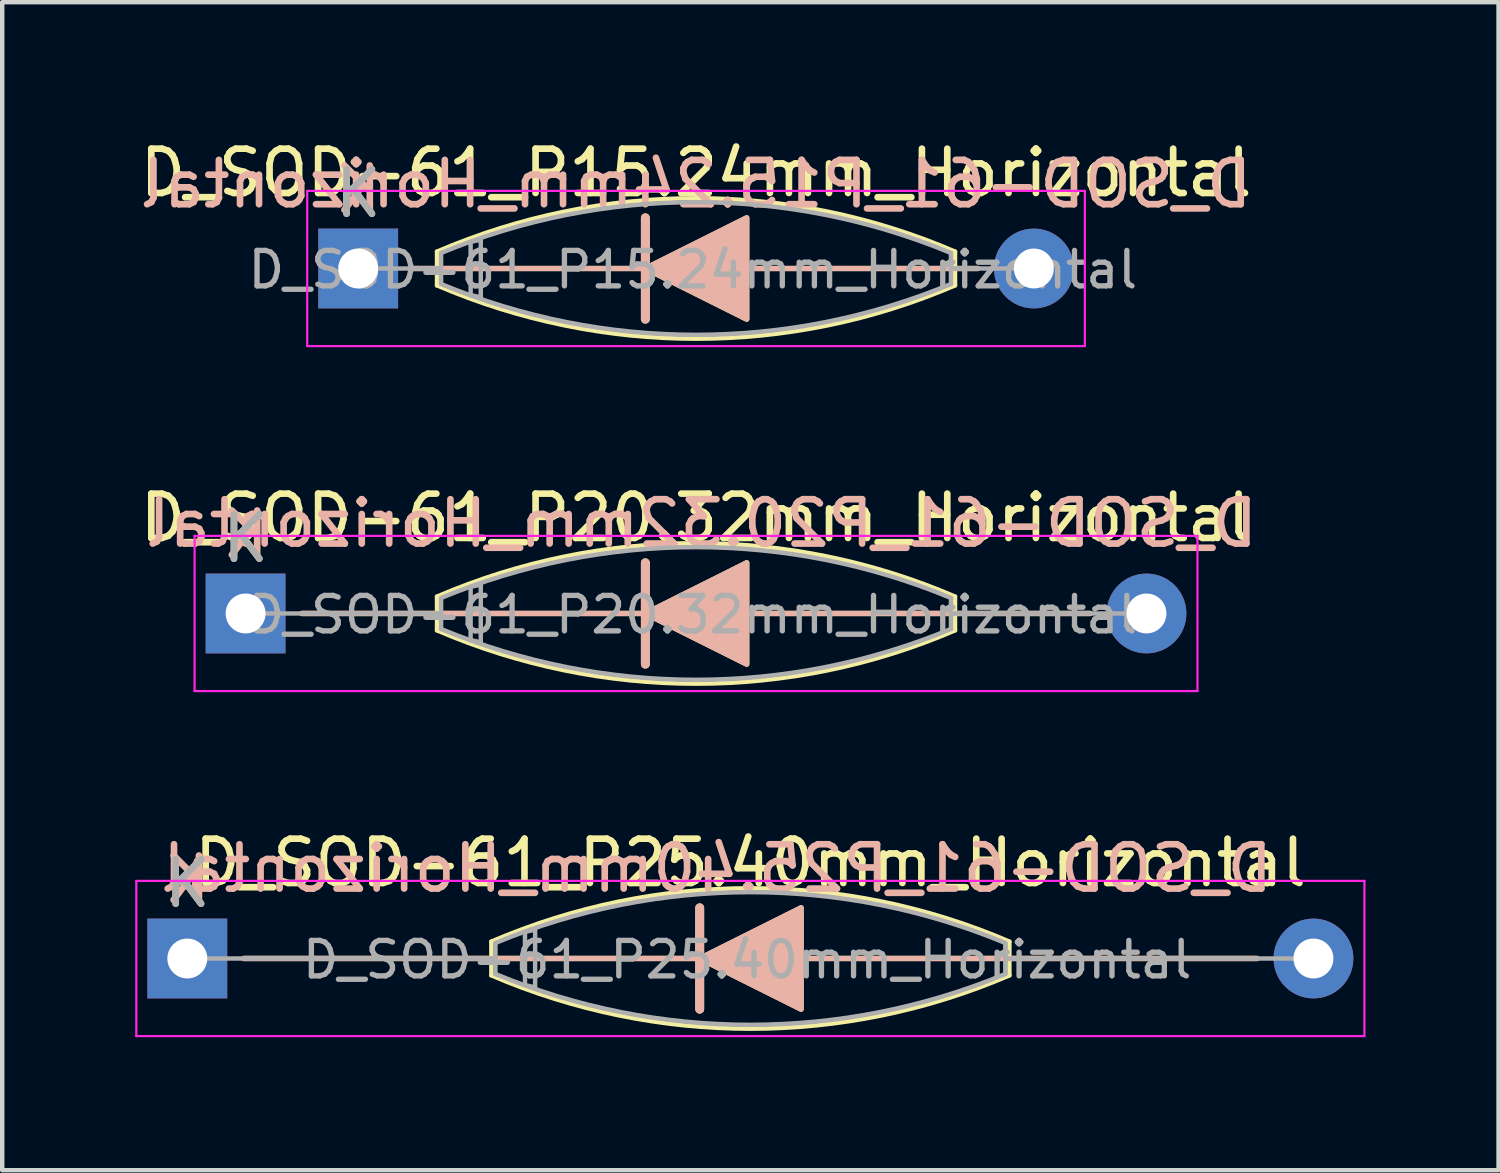
<source format=kicad_pcb>
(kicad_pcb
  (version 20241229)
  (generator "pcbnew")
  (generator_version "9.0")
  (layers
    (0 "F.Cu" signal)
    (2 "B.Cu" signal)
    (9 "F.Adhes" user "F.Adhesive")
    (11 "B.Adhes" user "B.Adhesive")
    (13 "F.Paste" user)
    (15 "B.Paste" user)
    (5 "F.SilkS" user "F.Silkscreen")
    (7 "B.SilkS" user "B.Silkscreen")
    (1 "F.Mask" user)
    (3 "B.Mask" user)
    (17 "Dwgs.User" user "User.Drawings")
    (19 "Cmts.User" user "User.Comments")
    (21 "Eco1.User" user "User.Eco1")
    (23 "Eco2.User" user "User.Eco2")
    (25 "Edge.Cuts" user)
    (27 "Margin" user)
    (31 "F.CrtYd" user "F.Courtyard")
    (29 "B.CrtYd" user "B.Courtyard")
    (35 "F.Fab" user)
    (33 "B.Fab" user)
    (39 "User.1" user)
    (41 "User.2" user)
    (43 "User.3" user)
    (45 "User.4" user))
  (footprint "D_SOD-61_P20.32mm_Horizontal"
    (layer "F.Cu")
    (at 2.489 10.787)
    (property "Reference" "D_SOD-61_P20.32mm_Horizontal" (at 10.16 -2.158 0) (layer "F.SilkS") (effects (font (size 1 1) (thickness 0.15))))
    (attr through_hole)
    (fp_line (start 1.27 0) (end 19.05 0) (stroke (width 0.12) (type solid)) (layer "F.SilkS"))
    (fp_line (start 4.318 0.381) (end 4.318 -0.381) (stroke (width 0.1) (type default)) (layer "F.SilkS"))
    (fp_line (start 9.017 -1.143) (end 9.017 1.143) (stroke (width 0.2) (type default)) (layer "F.SilkS"))
    (fp_line (start 16.002 -0.381) (end 16.002 0.381) (stroke (width 0.1) (type default)) (layer "F.SilkS"))
    (fp_arc (start 4.318 -0.380999) (mid 10.16 -1.583547) (end 16.002 -0.380999) (stroke (width 0.1) (type default)) (layer "F.SilkS"))
    (fp_arc (start 16.002 0.381) (mid 10.16 1.583548) (end 4.318 0.381) (stroke (width 0.1) (type default)) (layer "F.SilkS"))
    (fp_poly (pts (xy 9.017 0) (xy 11.303 -1.143) (xy 11.303 1.143)) (stroke (width 0.12) (type solid)) (fill yes) (layer "F.SilkS"))
    (fp_line (start 1.27 0) (end 19.05 0) (stroke (width 0.12) (type solid)) (layer "B.SilkS"))
    (fp_line (start 9.017 1.143) (end 9.017 -1.143) (stroke (width 0.2) (type default)) (layer "B.SilkS"))
    (fp_poly (pts (xy 9.017 0) (xy 11.303 1.143) (xy 11.303 -1.143)) (stroke (width 0.12) (type solid)) (fill yes) (layer "B.SilkS"))
    (fp_line (start -1.15 -1.75) (end -1.15 1.75) (stroke (width 0.05) (type solid)) (layer "F.CrtYd"))
    (fp_line (start -1.15 1.75) (end 21.47 1.75) (stroke (width 0.05) (type solid)) (layer "F.CrtYd"))
    (fp_line (start 21.47 -1.75) (end -1.15 -1.75) (stroke (width 0.05) (type solid)) (layer "F.CrtYd"))
    (fp_line (start 21.47 1.75) (end 21.47 -1.75) (stroke (width 0.05) (type solid)) (layer "F.CrtYd"))
    (fp_line (start 0 0) (end 4.41 0) (stroke (width 0.1) (type default)) (layer "F.Fab"))
    (fp_line (start 4.41 -0.35) (end 4.41 0.35) (stroke (width 0.1) (type default)) (layer "F.Fab"))
    (fp_line (start 15.91 -0.35) (end 15.91 0.35) (stroke (width 0.1) (type default)) (layer "F.Fab"))
    (fp_line (start 20.32 0) (end 15.91 0) (stroke (width 0.1) (type default)) (layer "F.Fab"))
    (fp_arc (start 4.410003 -0.350001) (mid 10.160002 -1.496166) (end 15.91 -0.35) (stroke (width 0.1) (type default)) (layer "F.Fab"))
    (fp_arc (start 15.909997 0.350001) (mid 10.159998 1.496166) (end 4.41 0.35) (stroke (width 0.1) (type default)) (layer "F.Fab"))
    (fp_poly (pts (xy 5.076 -0.6) (xy 5.076 0.6) (xy 5.305 0.65) (xy 5.305 -0.65)) (stroke (width 0.1) (type solid)) (fill no) (layer "F.Fab"))
    (fp_text user "K" (at 0 -1.692 0) (layer "F.SilkS") (effects (font (size 1 1) (thickness 0.15))))
    (fp_text user "${REFERENCE}" (at 10.287 -2.032 0) (layer "B.SilkS") (effects (font (size 1 1) (thickness 0.15)) (justify mirror)))
    (fp_text user "K" (at 0 -1.778 0) (layer "B.SilkS") (effects (font (size 1 1) (thickness 0.15)) (justify mirror)))
    (fp_text user "K" (at 0 -1.692 0) (layer "F.Fab") (effects (font (size 1 1) (thickness 0.15))))
    (fp_text user "${REFERENCE}" (at 10.087 0.028 0) (layer "F.Fab") (effects (font (size 0.8 0.8) (thickness 0.12))))
    (pad "1" thru_hole rect (at 0 0) (size 1.8 1.8) (drill 0.9) (layers "*.Cu" "*.Mask"))
    (pad "2" thru_hole oval (at 20.32 0) (size 1.8 1.8) (drill 0.9) (layers "*.Cu" "*.Mask")))
  (footprint "D_SOD-61_P15.24mm_Horizontal"
    (layer "F.Cu")
    (at 5.029 3.006)
    (property "Reference" "D_SOD-61_P15.24mm_Horizontal" (at 7.62 -2.158 0) (layer "F.SilkS") (effects (font (size 1 1) (thickness 0.15))))
    (attr through_hole)
    (fp_line (start 1.27 0) (end 13.97 0) (stroke (width 0.12) (type solid)) (layer "F.SilkS"))
    (fp_line (start 1.778 0.381) (end 1.778 -0.381) (stroke (width 0.1) (type default)) (layer "F.SilkS"))
    (fp_line (start 6.477 -1.143) (end 6.477 1.143) (stroke (width 0.2) (type default)) (layer "F.SilkS"))
    (fp_line (start 13.462 -0.381) (end 13.462 0.381) (stroke (width 0.1) (type default)) (layer "F.SilkS"))
    (fp_arc (start 1.778 -0.380999) (mid 7.62 -1.583547) (end 13.462 -0.380999) (stroke (width 0.1) (type default)) (layer "F.SilkS"))
    (fp_arc (start 13.462 0.381) (mid 7.62 1.583548) (end 1.778 0.381) (stroke (width 0.1) (type default)) (layer "F.SilkS"))
    (fp_poly (pts (xy 6.477 0) (xy 8.763 -1.143) (xy 8.763 1.143)) (stroke (width 0.12) (type solid)) (fill yes) (layer "F.SilkS"))
    (fp_line (start 1.27 0) (end 13.97 0) (stroke (width 0.12) (type solid)) (layer "B.SilkS"))
    (fp_line (start 6.477 1.143) (end 6.477 -1.143) (stroke (width 0.2) (type default)) (layer "B.SilkS"))
    (fp_poly (pts (xy 6.477 0) (xy 8.763 1.143) (xy 8.763 -1.143)) (stroke (width 0.12) (type solid)) (fill yes) (layer "B.SilkS"))
    (fp_line (start -1.15 -1.75) (end -1.15 1.75) (stroke (width 0.05) (type solid)) (layer "F.CrtYd"))
    (fp_line (start -1.15 1.75) (end 16.39 1.75) (stroke (width 0.05) (type solid)) (layer "F.CrtYd"))
    (fp_line (start 16.39 -1.75) (end -1.15 -1.75) (stroke (width 0.05) (type solid)) (layer "F.CrtYd"))
    (fp_line (start 16.39 1.75) (end 16.39 -1.75) (stroke (width 0.05) (type solid)) (layer "F.CrtYd"))
    (fp_line (start 0 0) (end 1.87 0) (stroke (width 0.1) (type default)) (layer "F.Fab"))
    (fp_line (start 1.87 -0.35) (end 1.87 0.35) (stroke (width 0.1) (type default)) (layer "F.Fab"))
    (fp_line (start 13.37 -0.35) (end 13.37 0.35) (stroke (width 0.1) (type default)) (layer "F.Fab"))
    (fp_line (start 15.24 0) (end 13.37 0) (stroke (width 0.1) (type default)) (layer "F.Fab"))
    (fp_arc (start 1.870003 -0.350001) (mid 7.620002 -1.496166) (end 13.37 -0.35) (stroke (width 0.1) (type default)) (layer "F.Fab"))
    (fp_arc (start 13.369997 0.350001) (mid 7.619998 1.496166) (end 1.87 0.35) (stroke (width 0.1) (type default)) (layer "F.Fab"))
    (fp_poly (pts (xy 2.536 -0.6) (xy 2.536 0.6) (xy 2.765 0.65) (xy 2.765 -0.65)) (stroke (width 0.1) (type solid)) (fill no) (layer "F.Fab"))
    (fp_text user "K" (at 0 -1.692 0) (layer "F.SilkS") (effects (font (size 1 1) (thickness 0.15))))
    (fp_text user "${REFERENCE}" (at 7.62 -1.905 0) (layer "B.SilkS") (effects (font (size 1 1) (thickness 0.15)) (justify mirror)))
    (fp_text user "K" (at 0 -1.778 0) (layer "B.SilkS") (effects (font (size 1 1) (thickness 0.15)) (justify mirror)))
    (fp_text user "K" (at 0 -1.692 0) (layer "F.Fab") (effects (font (size 1 1) (thickness 0.15))))
    (fp_text user "${REFERENCE}" (at 7.547 0.028 0) (layer "F.Fab") (effects (font (size 0.8 0.8) (thickness 0.12))))
    (pad "1" thru_hole rect (at 0 0) (size 1.8 1.8) (drill 0.9) (layers "*.Cu" "*.Mask"))
    (pad "2" thru_hole oval (at 15.24 0) (size 1.8 1.8) (drill 0.9) (layers "*.Cu" "*.Mask")))
  (footprint "D_SOD-61_P25.40mm_Horizontal"
    (layer "F.Cu")
    (at 1.175 18.569)
    (property "Reference" "D_SOD-61_P25.40mm_Horizontal" (at 12.7 -2.158 0) (layer "F.SilkS") (effects (font (size 1 1) (thickness 0.15))))
    (attr through_hole)
    (fp_line (start 1.27 0) (end 24.13 0) (stroke (width 0.12) (type solid)) (layer "F.SilkS"))
    (fp_line (start 6.858 0.381) (end 6.858 -0.381) (stroke (width 0.1) (type default)) (layer "F.SilkS"))
    (fp_line (start 11.557 -1.143) (end 11.557 1.143) (stroke (width 0.2) (type default)) (layer "F.SilkS"))
    (fp_line (start 18.542 -0.381) (end 18.542 0.381) (stroke (width 0.1) (type default)) (layer "F.SilkS"))
    (fp_arc (start 6.858 -0.380999) (mid 12.7 -1.583547) (end 18.542 -0.380999) (stroke (width 0.1) (type default)) (layer "F.SilkS"))
    (fp_arc (start 18.542 0.381) (mid 12.7 1.583548) (end 6.858 0.381) (stroke (width 0.1) (type default)) (layer "F.SilkS"))
    (fp_poly (pts (xy 11.557 0) (xy 13.843 -1.143) (xy 13.843 1.143)) (stroke (width 0.12) (type solid)) (fill yes) (layer "F.SilkS"))
    (fp_line (start 1.27 0) (end 24.13 0) (stroke (width 0.12) (type solid)) (layer "B.SilkS"))
    (fp_line (start 11.557 1.143) (end 11.557 -1.143) (stroke (width 0.2) (type default)) (layer "B.SilkS"))
    (fp_poly (pts (xy 11.557 0) (xy 13.843 1.143) (xy 13.843 -1.143)) (stroke (width 0.12) (type solid)) (fill yes) (layer "B.SilkS"))
    (fp_line (start -1.15 -1.75) (end -1.15 1.75) (stroke (width 0.05) (type solid)) (layer "F.CrtYd"))
    (fp_line (start -1.15 1.75) (end 26.55 1.75) (stroke (width 0.05) (type solid)) (layer "F.CrtYd"))
    (fp_line (start 26.55 -1.75) (end -1.15 -1.75) (stroke (width 0.05) (type solid)) (layer "F.CrtYd"))
    (fp_line (start 26.55 1.75) (end 26.55 -1.75) (stroke (width 0.05) (type solid)) (layer "F.CrtYd"))
    (fp_line (start 0 0) (end 6.95 0) (stroke (width 0.1) (type default)) (layer "F.Fab"))
    (fp_line (start 6.95 -0.35) (end 6.95 0.35) (stroke (width 0.1) (type default)) (layer "F.Fab"))
    (fp_line (start 18.45 -0.35) (end 18.45 0.35) (stroke (width 0.1) (type default)) (layer "F.Fab"))
    (fp_line (start 25.4 0) (end 18.45 0) (stroke (width 0.1) (type default)) (layer "F.Fab"))
    (fp_arc (start 6.950003 -0.350001) (mid 12.700002 -1.496166) (end 18.45 -0.35) (stroke (width 0.1) (type default)) (layer "F.Fab"))
    (fp_arc (start 18.449997 0.350001) (mid 12.699998 1.496166) (end 6.95 0.35) (stroke (width 0.1) (type default)) (layer "F.Fab"))
    (fp_poly (pts (xy 7.616 -0.6) (xy 7.616 0.6) (xy 7.845 0.65) (xy 7.845 -0.65)) (stroke (width 0.1) (type solid)) (fill no) (layer "F.Fab"))
    (fp_text user "K" (at 0 -1.692 0) (layer "F.SilkS") (effects (font (size 1 1) (thickness 0.15))))
    (fp_text user "K" (at 0 -1.778 0) (layer "B.SilkS") (effects (font (size 1 1) (thickness 0.15)) (justify mirror)))
    (fp_text user "${REFERENCE}" (at 11.938 -2.032 0) (layer "B.SilkS") (effects (font (size 1 1) (thickness 0.15)) (justify mirror)))
    (fp_text user "K" (at 0 -1.692 0) (layer "F.Fab") (effects (font (size 1 1) (thickness 0.15))))
    (fp_text user "${REFERENCE}" (at 12.627 0.028 0) (layer "F.Fab") (effects (font (size 0.8 0.8) (thickness 0.12))))
    (pad "1" thru_hole rect (at 0 0) (size 1.8 1.8) (drill 0.9) (layers "*.Cu" "*.Mask"))
    (pad "2" thru_hole oval (at 25.4 0) (size 1.8 1.8) (drill 0.9) (layers "*.Cu" "*.Mask")))
  (gr_rect
    (start -3 -3)
    (end 30.75 23.344)
    (stroke (width 0.1) (type default))
    (fill no)
    (layer "Edge.Cuts")))
</source>
